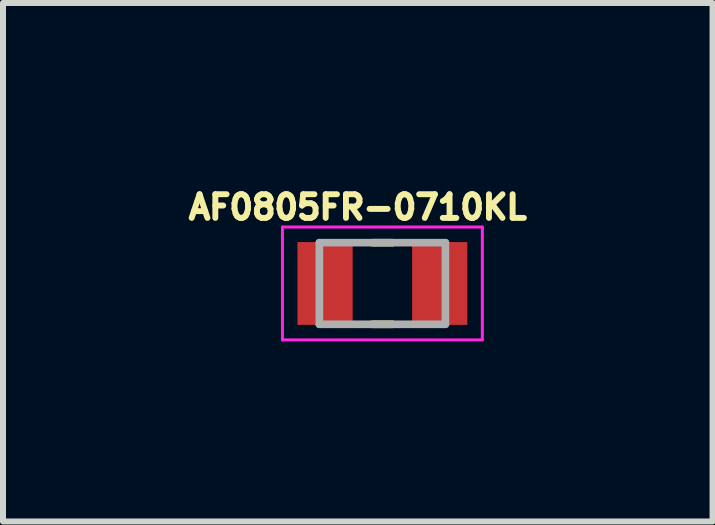
<source format=kicad_pcb>
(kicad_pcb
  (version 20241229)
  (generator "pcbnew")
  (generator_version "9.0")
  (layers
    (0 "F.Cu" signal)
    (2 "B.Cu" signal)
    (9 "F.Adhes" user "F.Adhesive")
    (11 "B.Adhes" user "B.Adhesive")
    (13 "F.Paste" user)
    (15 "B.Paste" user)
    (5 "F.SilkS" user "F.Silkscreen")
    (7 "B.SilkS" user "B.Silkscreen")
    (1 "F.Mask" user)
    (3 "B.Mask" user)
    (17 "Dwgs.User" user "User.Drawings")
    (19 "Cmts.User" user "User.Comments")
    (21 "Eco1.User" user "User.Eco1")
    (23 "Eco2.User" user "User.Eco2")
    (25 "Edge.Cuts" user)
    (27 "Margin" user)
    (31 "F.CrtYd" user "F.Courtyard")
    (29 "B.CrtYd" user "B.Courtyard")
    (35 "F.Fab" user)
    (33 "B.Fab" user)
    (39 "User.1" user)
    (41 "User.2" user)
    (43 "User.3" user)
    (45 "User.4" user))
  (footprint "AF0805FR-0710KL"
    (layer "F.Cu")
    (at 3.321 1.673)
    (property "Reference" "AF0805FR-0710KL" (at -0.41 -1.27 0) (layer "F.SilkS") (effects (font (size 0.394 0.394) (thickness 0.15))))
    (attr smd)
    (fp_line (start -0.17 -0.68) (end 0.17 -0.68) (stroke (width 0.127) (type solid)) (layer "F.SilkS"))
    (fp_line (start -0.17 0.68) (end 0.17 0.68) (stroke (width 0.127) (type solid)) (layer "F.SilkS"))
    (fp_line (start -1.665 -0.94) (end 1.665 -0.94) (stroke (width 0.05) (type solid)) (layer "F.CrtYd"))
    (fp_line (start -1.665 0.94) (end -1.665 -0.94) (stroke (width 0.05) (type solid)) (layer "F.CrtYd"))
    (fp_line (start -1.665 0.94) (end 1.665 0.94) (stroke (width 0.05) (type solid)) (layer "F.CrtYd"))
    (fp_line (start 1.665 0.94) (end 1.665 -0.94) (stroke (width 0.05) (type solid)) (layer "F.CrtYd"))
    (fp_line (start -1.05 0.68) (end -1.05 -0.68) (stroke (width 0.127) (type solid)) (layer "F.Fab"))
    (fp_line (start 1.05 -0.68) (end -1.05 -0.68) (stroke (width 0.127) (type solid)) (layer "F.Fab"))
    (fp_line (start 1.05 0.68) (end -1.05 0.68) (stroke (width 0.127) (type solid)) (layer "F.Fab"))
    (fp_line (start 1.05 0.68) (end 1.05 -0.68) (stroke (width 0.127) (type solid)) (layer "F.Fab"))
    (pad "1" smd rect (at -0.955 0) (size 0.92 1.38) (layers "F.Cu" "F.Mask" "F.Paste"))
    (pad "2" smd rect (at 0.955 0) (size 0.92 1.38) (layers "F.Cu" "F.Mask" "F.Paste")))
  (gr_rect
    (start -3 -3)
    (end 8.822 5.638)
    (stroke (width 0.1) (type default))
    (fill no)
    (layer "Edge.Cuts")))
</source>
